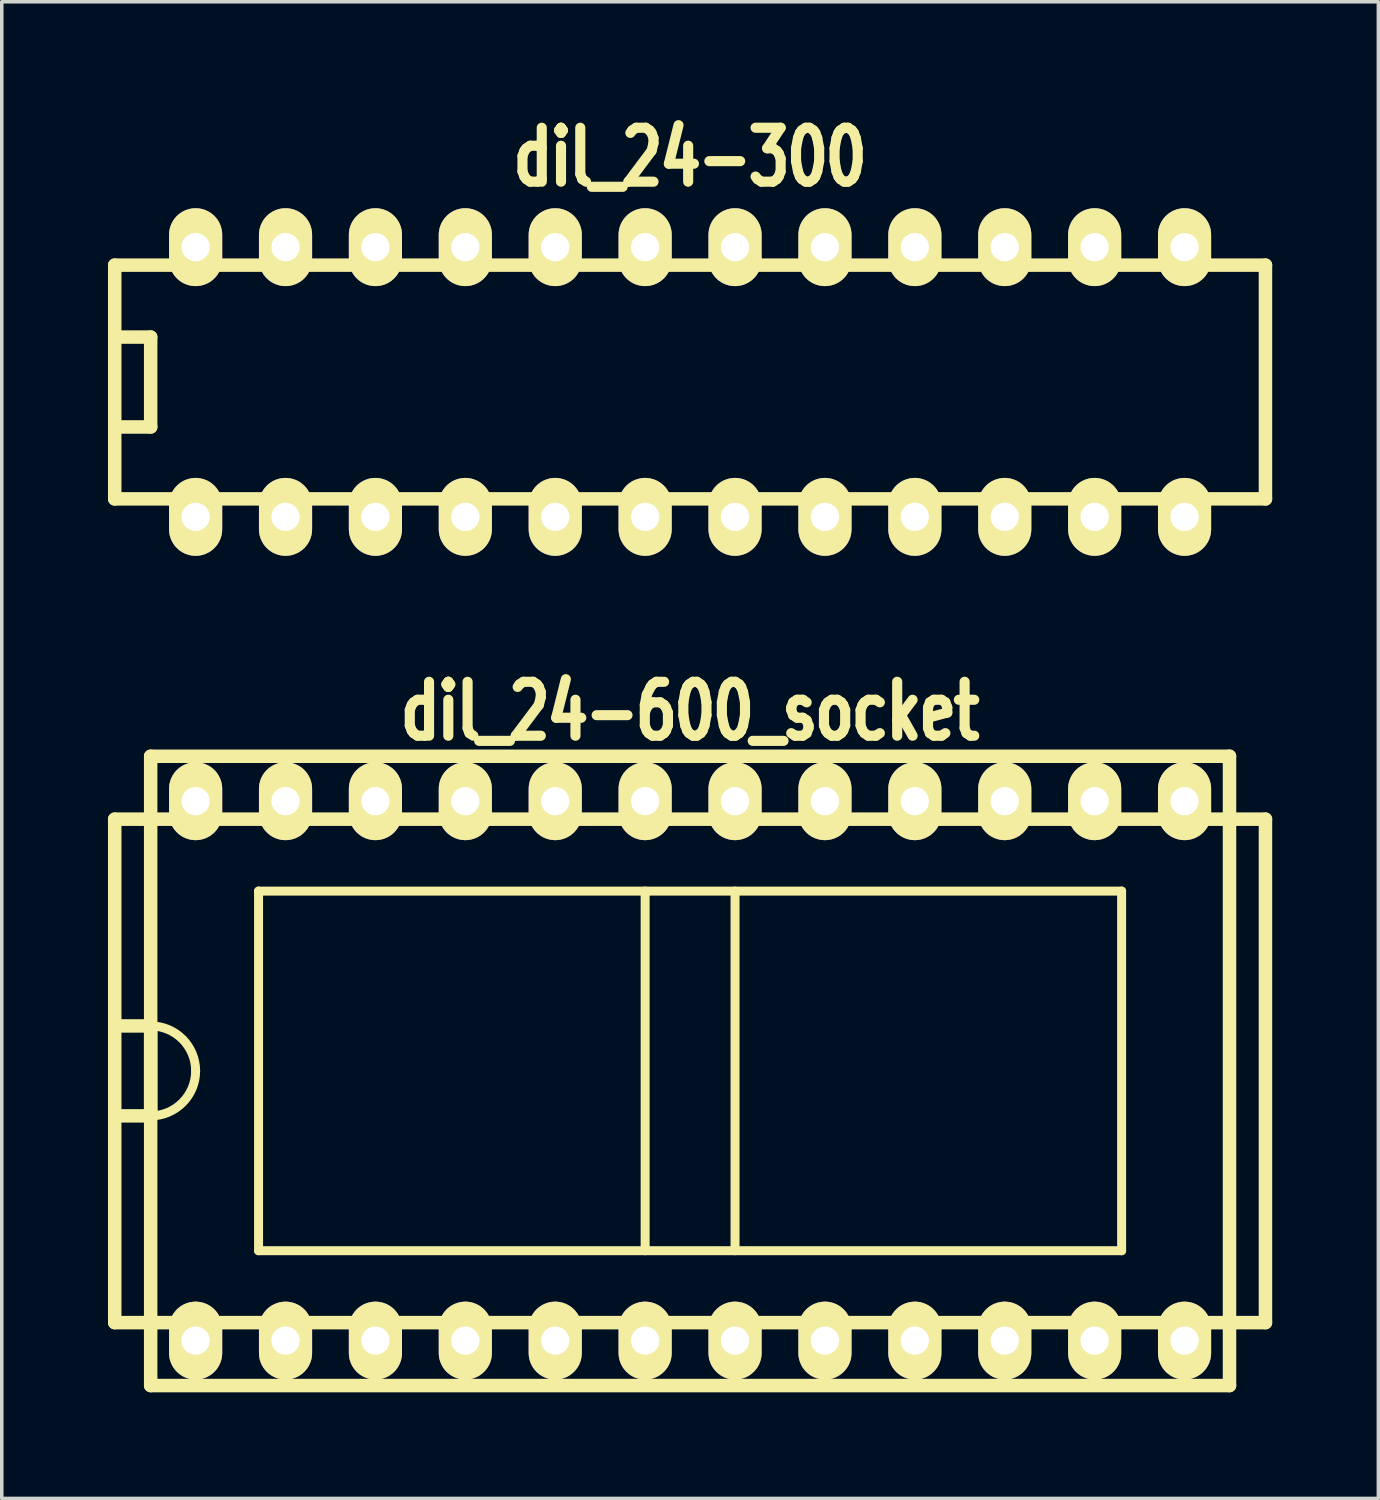
<source format=kicad_pcb>
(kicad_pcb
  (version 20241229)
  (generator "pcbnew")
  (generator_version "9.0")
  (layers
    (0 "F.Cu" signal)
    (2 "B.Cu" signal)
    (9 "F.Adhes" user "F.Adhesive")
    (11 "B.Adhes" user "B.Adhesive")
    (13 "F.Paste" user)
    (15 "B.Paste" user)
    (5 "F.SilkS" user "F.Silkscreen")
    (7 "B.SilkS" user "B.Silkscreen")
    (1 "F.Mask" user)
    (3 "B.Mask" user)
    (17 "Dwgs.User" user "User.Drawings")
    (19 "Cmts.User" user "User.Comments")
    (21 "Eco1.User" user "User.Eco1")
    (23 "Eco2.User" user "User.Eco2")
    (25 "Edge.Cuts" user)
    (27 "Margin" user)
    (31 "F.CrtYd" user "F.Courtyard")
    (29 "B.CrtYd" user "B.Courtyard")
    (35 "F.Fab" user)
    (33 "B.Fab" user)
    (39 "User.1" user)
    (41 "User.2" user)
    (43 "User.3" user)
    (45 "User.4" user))
  (footprint "dil_24-600_socket"
    (layer "F.Cu")
    (at 16.447 27.206)
    (property "Reference" "dil_24-600_socket" (at 0 -10.16 0) (layer "F.SilkS") (effects (font (size 1.524 1.143) (thickness 0.287))))
    (attr through_hole)
    (fp_line (start -16.256 -7.112) (end -16.256 7.112) (stroke (width 0.381) (type solid)) (layer "F.SilkS"))
    (fp_line (start -16.256 -7.112) (end 16.256 -7.112) (stroke (width 0.381) (type solid)) (layer "F.SilkS"))
    (fp_line (start -15.24 -8.89) (end 15.24 -8.89) (stroke (width 0.381) (type solid)) (layer "F.SilkS"))
    (fp_line (start -15.24 -1.27) (end -16.256 -1.27) (stroke (width 0.381) (type solid)) (layer "F.SilkS"))
    (fp_line (start -15.24 -1.27) (end -15.24 1.27) (stroke (width 0.381) (type solid)) (layer "F.SilkS"))
    (fp_line (start -15.24 1.27) (end -16.256 1.27) (stroke (width 0.381) (type solid)) (layer "F.SilkS"))
    (fp_line (start -15.24 8.89) (end -15.24 -8.89) (stroke (width 0.381) (type solid)) (layer "F.SilkS"))
    (fp_line (start -15.24 8.89) (end 15.24 8.89) (stroke (width 0.381) (type solid)) (layer "F.SilkS"))
    (fp_line (start -12.192 -5.08) (end 12.192 -5.08) (stroke (width 0.254) (type solid)) (layer "F.SilkS"))
    (fp_line (start -12.192 5.08) (end -12.192 -5.08) (stroke (width 0.254) (type solid)) (layer "F.SilkS"))
    (fp_line (start -1.27 -5.08) (end -1.27 5.08) (stroke (width 0.254) (type solid)) (layer "F.SilkS"))
    (fp_line (start 1.27 5.08) (end 1.27 -5.08) (stroke (width 0.254) (type solid)) (layer "F.SilkS"))
    (fp_line (start 12.192 -5.08) (end 12.192 5.08) (stroke (width 0.254) (type solid)) (layer "F.SilkS"))
    (fp_line (start 12.192 5.08) (end -12.192 5.08) (stroke (width 0.254) (type solid)) (layer "F.SilkS"))
    (fp_line (start 15.24 -8.89) (end 15.24 8.89) (stroke (width 0.381) (type solid)) (layer "F.SilkS"))
    (fp_line (start 16.256 7.112) (end -16.256 7.112) (stroke (width 0.381) (type solid)) (layer "F.SilkS"))
    (fp_line (start 16.256 7.112) (end 16.256 -7.112) (stroke (width 0.381) (type solid)) (layer "F.SilkS"))
    (fp_arc (start -15.24 -1.27) (mid -14.341974 -0.898026) (end -13.97 0) (stroke (width 0.254) (type solid)) (layer "F.SilkS"))
    (fp_arc (start -13.97 0) (mid -14.341974 0.898026) (end -15.24 1.27) (stroke (width 0.254) (type solid)) (layer "F.SilkS"))
    (pad "1" thru_hole oval (at -13.97 7.62) (size 1.501 2.2) (drill 0.8) (layers "*.Cu" "*.Mask" "F.SilkS"))
    (pad "2" thru_hole oval (at -11.43 7.62) (size 1.501 2.2) (drill 0.8) (layers "*.Cu" "*.Mask" "F.SilkS"))
    (pad "3" thru_hole oval (at -8.89 7.62) (size 1.501 2.2) (drill 0.8) (layers "*.Cu" "*.Mask" "F.SilkS"))
    (pad "4" thru_hole oval (at -6.35 7.62) (size 1.501 2.2) (drill 0.8) (layers "*.Cu" "*.Mask" "F.SilkS"))
    (pad "5" thru_hole oval (at -3.81 7.62) (size 1.501 2.2) (drill 0.8) (layers "*.Cu" "*.Mask" "F.SilkS"))
    (pad "6" thru_hole oval (at -1.27 7.62) (size 1.501 2.2) (drill 0.8) (layers "*.Cu" "*.Mask" "F.SilkS"))
    (pad "7" thru_hole oval (at 1.27 7.62) (size 1.501 2.2) (drill 0.8) (layers "*.Cu" "*.Mask" "F.SilkS"))
    (pad "8" thru_hole oval (at 3.81 7.62) (size 1.501 2.2) (drill 0.8) (layers "*.Cu" "*.Mask" "F.SilkS"))
    (pad "9" thru_hole oval (at 6.35 7.62) (size 1.501 2.2) (drill 0.8) (layers "*.Cu" "*.Mask" "F.SilkS"))
    (pad "10" thru_hole oval (at 8.89 7.62) (size 1.501 2.2) (drill 0.8) (layers "*.Cu" "*.Mask" "F.SilkS"))
    (pad "11" thru_hole oval (at 11.43 7.62) (size 1.501 2.2) (drill 0.8) (layers "*.Cu" "*.Mask" "F.SilkS"))
    (pad "12" thru_hole oval (at 13.97 7.62) (size 1.501 2.2) (drill 0.8) (layers "*.Cu" "*.Mask" "F.SilkS"))
    (pad "13" thru_hole oval (at 13.97 -7.62) (size 1.501 2.2) (drill 0.8) (layers "*.Cu" "*.Mask" "F.SilkS"))
    (pad "14" thru_hole oval (at 11.43 -7.62) (size 1.501 2.2) (drill 0.8) (layers "*.Cu" "*.Mask" "F.SilkS"))
    (pad "15" thru_hole oval (at 8.89 -7.62) (size 1.501 2.2) (drill 0.8) (layers "*.Cu" "*.Mask" "F.SilkS"))
    (pad "16" thru_hole oval (at 6.35 -7.62) (size 1.501 2.2) (drill 0.8) (layers "*.Cu" "*.Mask" "F.SilkS"))
    (pad "17" thru_hole oval (at 3.81 -7.62) (size 1.501 2.2) (drill 0.8) (layers "*.Cu" "*.Mask" "F.SilkS"))
    (pad "18" thru_hole oval (at 1.27 -7.62) (size 1.501 2.2) (drill 0.8) (layers "*.Cu" "*.Mask" "F.SilkS"))
    (pad "19" thru_hole oval (at -1.27 -7.62) (size 1.501 2.2) (drill 0.8) (layers "*.Cu" "*.Mask" "F.SilkS"))
    (pad "20" thru_hole oval (at -3.81 -7.62) (size 1.501 2.2) (drill 0.8) (layers "*.Cu" "*.Mask" "F.SilkS"))
    (pad "21" thru_hole oval (at -6.35 -7.62) (size 1.501 2.2) (drill 0.8) (layers "*.Cu" "*.Mask" "F.SilkS"))
    (pad "22" thru_hole oval (at -8.89 -7.62) (size 1.501 2.2) (drill 0.8) (layers "*.Cu" "*.Mask" "F.SilkS"))
    (pad "23" thru_hole oval (at -11.43 -7.62) (size 1.501 2.2) (drill 0.8) (layers "*.Cu" "*.Mask" "F.SilkS"))
    (pad "24" thru_hole oval (at -13.97 -7.62) (size 1.501 2.2) (drill 0.8) (layers "*.Cu" "*.Mask" "F.SilkS")))
  (footprint "dil_24-300"
    (layer "F.Cu")
    (at 16.447 7.743)
    (property "Reference" "dil_24-300" (at 0 -6.35 0) (layer "F.SilkS") (effects (font (size 1.524 1.143) (thickness 0.287))))
    (attr through_hole)
    (fp_line (start -16.256 -3.302) (end 16.256 -3.302) (stroke (width 0.381) (type solid)) (layer "F.SilkS"))
    (fp_line (start -16.256 3.302) (end -16.256 -3.302) (stroke (width 0.381) (type solid)) (layer "F.SilkS"))
    (fp_line (start -15.24 -1.27) (end -16.256 -1.27) (stroke (width 0.381) (type solid)) (layer "F.SilkS"))
    (fp_line (start -15.24 -1.27) (end -15.24 1.27) (stroke (width 0.381) (type solid)) (layer "F.SilkS"))
    (fp_line (start -15.24 1.27) (end -16.256 1.27) (stroke (width 0.381) (type solid)) (layer "F.SilkS"))
    (fp_line (start 16.256 -3.302) (end 16.256 3.302) (stroke (width 0.381) (type solid)) (layer "F.SilkS"))
    (fp_line (start 16.256 3.302) (end -16.256 3.302) (stroke (width 0.381) (type solid)) (layer "F.SilkS"))
    (pad "1" thru_hole oval (at -13.97 3.81) (size 1.501 2.2) (drill 0.8) (layers "*.Cu" "*.Mask" "F.SilkS"))
    (pad "2" thru_hole oval (at -11.43 3.81) (size 1.501 2.2) (drill 0.8) (layers "*.Cu" "*.Mask" "F.SilkS"))
    (pad "3" thru_hole oval (at -8.89 3.81) (size 1.501 2.2) (drill 0.8) (layers "*.Cu" "*.Mask" "F.SilkS"))
    (pad "4" thru_hole oval (at -6.35 3.81) (size 1.501 2.2) (drill 0.8) (layers "*.Cu" "*.Mask" "F.SilkS"))
    (pad "5" thru_hole oval (at -3.81 3.81) (size 1.501 2.2) (drill 0.8) (layers "*.Cu" "*.Mask" "F.SilkS"))
    (pad "6" thru_hole oval (at -1.27 3.81) (size 1.501 2.2) (drill 0.8) (layers "*.Cu" "*.Mask" "F.SilkS"))
    (pad "7" thru_hole oval (at 1.27 3.81) (size 1.501 2.2) (drill 0.8) (layers "*.Cu" "*.Mask" "F.SilkS"))
    (pad "8" thru_hole oval (at 3.81 3.81) (size 1.501 2.2) (drill 0.8) (layers "*.Cu" "*.Mask" "F.SilkS"))
    (pad "9" thru_hole oval (at 6.35 3.81) (size 1.501 2.2) (drill 0.8) (layers "*.Cu" "*.Mask" "F.SilkS"))
    (pad "10" thru_hole oval (at 8.89 3.81) (size 1.501 2.2) (drill 0.8) (layers "*.Cu" "*.Mask" "F.SilkS"))
    (pad "11" thru_hole oval (at 11.43 3.81) (size 1.501 2.2) (drill 0.8) (layers "*.Cu" "*.Mask" "F.SilkS"))
    (pad "12" thru_hole oval (at 13.97 3.81) (size 1.501 2.2) (drill 0.8) (layers "*.Cu" "*.Mask" "F.SilkS"))
    (pad "13" thru_hole oval (at 13.97 -3.81) (size 1.501 2.2) (drill 0.8) (layers "*.Cu" "*.Mask" "F.SilkS"))
    (pad "14" thru_hole oval (at 11.43 -3.81) (size 1.501 2.2) (drill 0.8) (layers "*.Cu" "*.Mask" "F.SilkS"))
    (pad "15" thru_hole oval (at 8.89 -3.81) (size 1.501 2.2) (drill 0.8) (layers "*.Cu" "*.Mask" "F.SilkS"))
    (pad "16" thru_hole oval (at 6.35 -3.81) (size 1.501 2.2) (drill 0.8) (layers "*.Cu" "*.Mask" "F.SilkS"))
    (pad "17" thru_hole oval (at 3.81 -3.81) (size 1.501 2.2) (drill 0.8) (layers "*.Cu" "*.Mask" "F.SilkS"))
    (pad "18" thru_hole oval (at 1.27 -3.81) (size 1.501 2.2) (drill 0.8) (layers "*.Cu" "*.Mask" "F.SilkS"))
    (pad "19" thru_hole oval (at -1.27 -3.81) (size 1.501 2.2) (drill 0.8) (layers "*.Cu" "*.Mask" "F.SilkS"))
    (pad "20" thru_hole oval (at -3.81 -3.81) (size 1.501 2.2) (drill 0.8) (layers "*.Cu" "*.Mask" "F.SilkS"))
    (pad "21" thru_hole oval (at -6.35 -3.81) (size 1.501 2.2) (drill 0.8) (layers "*.Cu" "*.Mask" "F.SilkS"))
    (pad "22" thru_hole oval (at -8.89 -3.81) (size 1.501 2.2) (drill 0.8) (layers "*.Cu" "*.Mask" "F.SilkS"))
    (pad "23" thru_hole oval (at -11.43 -3.81) (size 1.501 2.2) (drill 0.8) (layers "*.Cu" "*.Mask" "F.SilkS"))
    (pad "24" thru_hole oval (at -13.97 -3.81) (size 1.501 2.2) (drill 0.8) (layers "*.Cu" "*.Mask" "F.SilkS")))
  (gr_rect
    (start -3 -3)
    (end 35.893 39.286)
    (stroke (width 0.1) (type default))
    (fill no)
    (layer "Edge.Cuts")))
</source>
